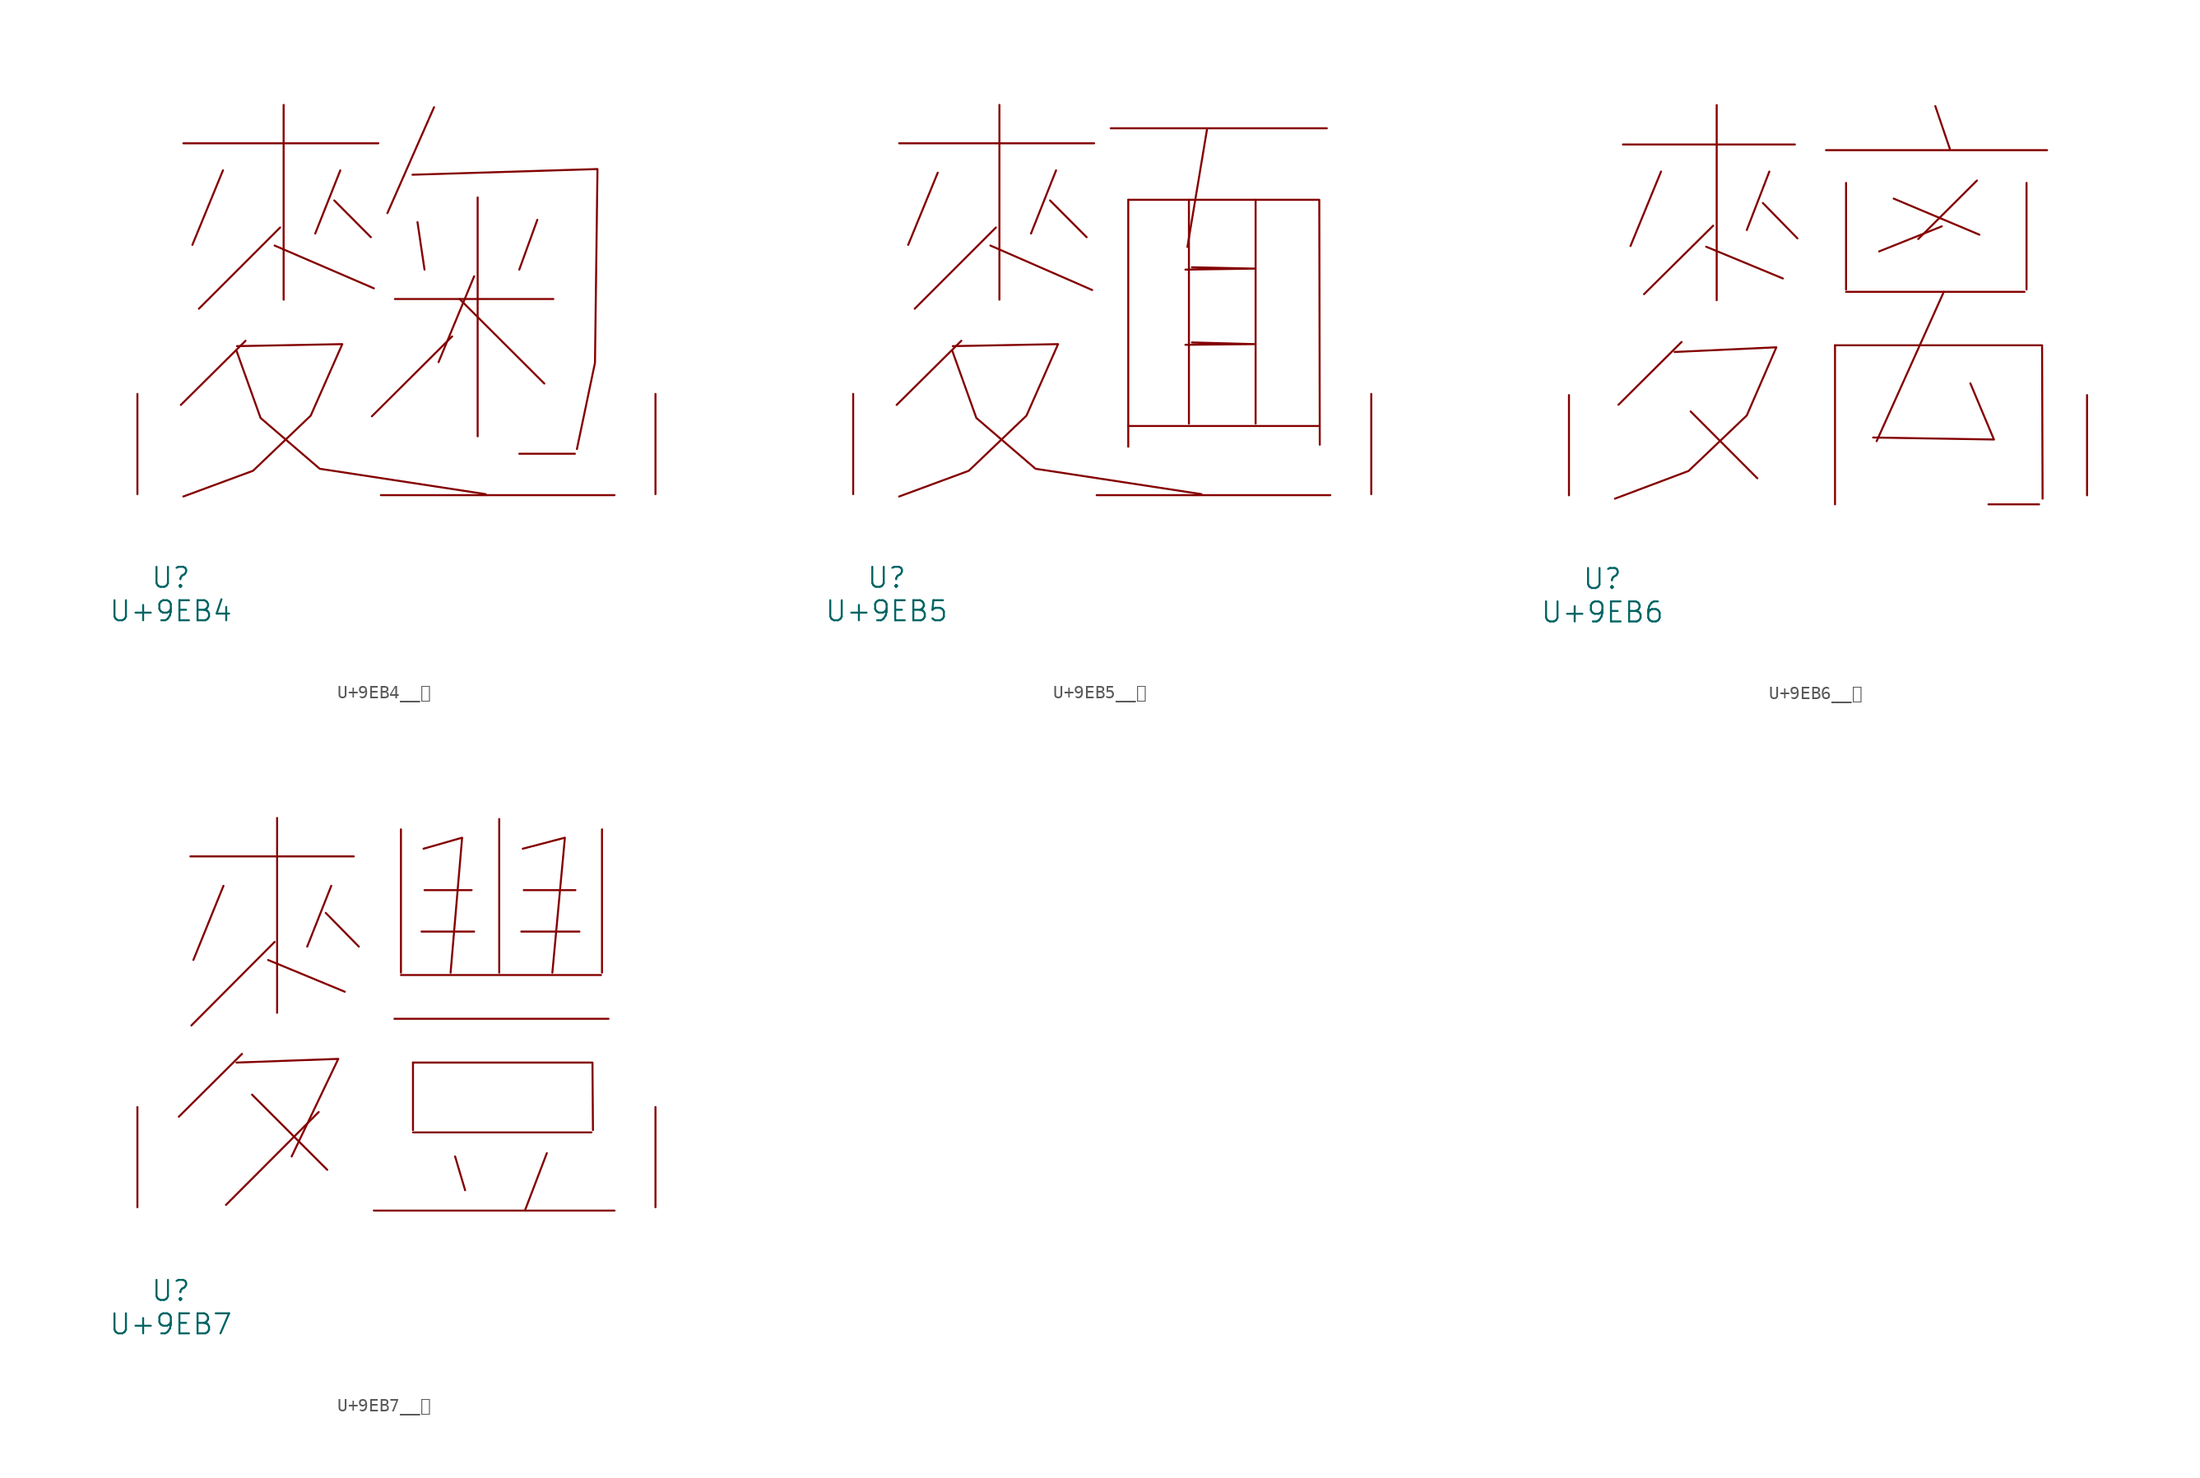
<source format=kicad_sym>
(kicad_symbol_lib
  (version 20231120)
  (generator "kicad_symbol_editor")
  (generator_version "8.0")
  (symbol "U+9EB4__麴"
    (pin_names
      (offset 1.016))
    (property "Reference" "U"
      (at 0 -6.35 0)
      (effects (font (size 1.524 1.524))))
    (property "Value" "U+9EB4"
      (at 0 -8.89 0)
      (effects (font (size 1.524 1.524))))
    (symbol "U+9EB4__麴_0_1"
      (polyline (pts (xy 0.953 26.67) (xy 15.773 26.67)) (stroke (width 0) (type solid)) (fill (type none)))
      (polyline (pts (xy 3.962 24.613) (xy 1.638 18.948)) (stroke (width 0) (type solid)) (fill (type none)))
      (polyline (pts (xy 5.677 11.659) (xy 0.762 6.782)) (stroke (width 0) (type solid)) (fill (type none)))
      (polyline (pts (xy 7.887 18.898) (xy 15.431 15.646)) (stroke (width 0) (type solid)) (fill (type none)))
      (polyline (pts (xy 8.306 20.269) (xy 2.134 14.097)) (stroke (width 0) (type solid)) (fill (type none)))
      (polyline (pts (xy 8.572 29.591) (xy 8.572 14.783)) (stroke (width 0) (type solid)) (fill (type none)))
      (polyline (pts (xy 12.421 22.327) (xy 15.202 19.533)) (stroke (width 0) (type solid)) (fill (type none)))
      (polyline (pts (xy 12.878 24.613) (xy 10.973 19.812)) (stroke (width 0) (type solid)) (fill (type none)))
      (polyline (pts (xy 15.964 -0.076) (xy 33.718 -0.076)) (stroke (width 0) (type solid)) (fill (type none)))
      (polyline (pts (xy 17.031 14.834) (xy 29.07 14.834)) (stroke (width 0) (type solid)) (fill (type none)))
      (polyline (pts (xy 18.745 20.676) (xy 19.279 17.069)) (stroke (width 0) (type solid)) (fill (type none)))
      (polyline (pts (xy 20.003 29.413) (xy 16.459 21.361)) (stroke (width 0) (type solid)) (fill (type none)))
      (polyline (pts (xy 21.374 11.989) (xy 15.278 5.918)) (stroke (width 0) (type solid)) (fill (type none)))
      (polyline (pts (xy 21.946 14.834) (xy 28.384 8.407)) (stroke (width 0) (type solid)) (fill (type none)))
      (polyline (pts (xy 23.05 16.561) (xy 20.345 10.033)) (stroke (width 0) (type solid)) (fill (type none)))
      (polyline (pts (xy 23.317 22.555) (xy 23.317 4.394)) (stroke (width 0) (type solid)) (fill (type none)))
      (polyline (pts (xy 26.48 3.073) (xy 30.709 3.073)) (stroke (width 0) (type solid)) (fill (type none)))
      (polyline (pts (xy 27.851 20.853) (xy 26.48 17.069)) (stroke (width 0) (type solid)) (fill (type none)))
      (polyline (pts (xy 4.991 10.897) (xy 6.82 5.791) (xy 11.316 1.93) (xy 23.927 0)) (stroke (width 0) (type solid)) (fill (type none)))
      (polyline (pts (xy 18.364 24.282) (xy 32.423 24.714) (xy 32.233 9.982) (xy 30.861 3.429)) (stroke (width 0) (type solid)) (fill (type none)))
      (polyline (pts (xy 5.029 11.252) (xy 13.03 11.405) (xy 10.63 5.969) (xy 6.248 1.778) (xy 0.953 -0.178)) (stroke (width 0) (type solid)) (fill (type none)))
      (pin input line (at -2.54 0 90) (length 7.62) (name "~" (effects (font (size 1.27 1.27)))) (number "~" (effects (font (size 1.27 1.27)))))
      (pin input line (at 36.83 0 90) (length 7.62) (name "~" (effects (font (size 1.27 1.27)))) (number "~" (effects (font (size 1.27 1.27)))))))
  (symbol "U+9EB5__麵"
    (pin_names
      (offset 1.016))
    (property "Reference" "U"
      (at 0 -6.35 0)
      (effects (font (size 1.524 1.524))))
    (property "Value" "U+9EB5"
      (at 0 -8.89 0)
      (effects (font (size 1.524 1.524))))
    (symbol "U+9EB5__麵_0_1"
      (polyline (pts (xy 0.953 26.67) (xy 15.773 26.67)) (stroke (width 0) (type solid)) (fill (type none)))
      (polyline (pts (xy 3.886 24.435) (xy 1.638 18.948)) (stroke (width 0) (type solid)) (fill (type none)))
      (polyline (pts (xy 5.677 11.659) (xy 0.762 6.782)) (stroke (width 0) (type solid)) (fill (type none)))
      (polyline (pts (xy 7.887 18.898) (xy 15.621 15.519)) (stroke (width 0) (type solid)) (fill (type none)))
      (polyline (pts (xy 8.306 20.269) (xy 2.134 14.097)) (stroke (width 0) (type solid)) (fill (type none)))
      (polyline (pts (xy 8.572 29.591) (xy 8.572 14.783)) (stroke (width 0) (type solid)) (fill (type none)))
      (polyline (pts (xy 12.421 22.327) (xy 15.202 19.533)) (stroke (width 0) (type solid)) (fill (type none)))
      (polyline (pts (xy 12.878 24.613) (xy 10.973 19.812)) (stroke (width 0) (type solid)) (fill (type none)))
      (polyline (pts (xy 15.964 -0.076) (xy 33.718 -0.076)) (stroke (width 0) (type solid)) (fill (type none)))
      (polyline (pts (xy 17.031 27.813) (xy 33.452 27.813)) (stroke (width 0) (type solid)) (fill (type none)))
      (polyline (pts (xy 18.364 5.182) (xy 32.842 5.182)) (stroke (width 0) (type solid)) (fill (type none)))
      (polyline (pts (xy 18.364 22.377) (xy 18.364 3.607)) (stroke (width 0) (type solid)) (fill (type none)))
      (polyline (pts (xy 22.974 22.377) (xy 22.974 5.359)) (stroke (width 0) (type solid)) (fill (type none)))
      (polyline (pts (xy 24.346 27.711) (xy 22.86 18.796)) (stroke (width 0) (type solid)) (fill (type none)))
      (polyline (pts (xy 28.042 22.377) (xy 28.042 5.359)) (stroke (width 0) (type solid)) (fill (type none)))
      (polyline (pts (xy 18.364 22.377) (xy 32.88 22.377) (xy 32.918 3.759)) (stroke (width 0) (type solid)) (fill (type none)))
      (polyline (pts (xy 23.203 11.532) (xy 27.965 11.405) (xy 22.708 11.354)) (stroke (width 0) (type solid)) (fill (type none)))
      (polyline (pts (xy 23.203 17.247) (xy 27.965 17.145) (xy 22.708 17.069)) (stroke (width 0) (type solid)) (fill (type none)))
      (polyline (pts (xy 4.991 10.897) (xy 6.82 5.791) (xy 11.316 1.93) (xy 23.927 0)) (stroke (width 0) (type solid)) (fill (type none)))
      (polyline (pts (xy 5.029 11.252) (xy 13.03 11.405) (xy 10.63 5.969) (xy 6.248 1.778) (xy 0.953 -0.178)) (stroke (width 0) (type solid)) (fill (type none)))
      (pin input line (at -2.54 0 90) (length 7.62) (name "~" (effects (font (size 1.27 1.27)))) (number "~" (effects (font (size 1.27 1.27)))))
      (pin input line (at 36.83 0 90) (length 7.62) (name "~" (effects (font (size 1.27 1.27)))) (number "~" (effects (font (size 1.27 1.27)))))))
  (symbol "U+9EB6__麶"
    (pin_names
      (offset 1.016))
    (property "Reference" "U"
      (at 0 -6.35 0)
      (effects (font (size 1.524 1.524))))
    (property "Value" "U+9EB6"
      (at 0 -8.89 0)
      (effects (font (size 1.524 1.524))))
    (symbol "U+9EB6__麶_0_1"
      (polyline (pts (xy 1.562 26.67) (xy 14.63 26.67)) (stroke (width 0) (type solid)) (fill (type none)))
      (polyline (pts (xy 4.458 24.613) (xy 2.134 18.948)) (stroke (width 0) (type solid)) (fill (type none)))
      (polyline (pts (xy 6.02 11.659) (xy 1.219 6.883)) (stroke (width 0) (type solid)) (fill (type none)))
      (polyline (pts (xy 6.706 6.375) (xy 11.773 1.295)) (stroke (width 0) (type solid)) (fill (type none)))
      (polyline (pts (xy 7.887 18.898) (xy 13.716 16.485)) (stroke (width 0) (type solid)) (fill (type none)))
      (polyline (pts (xy 8.42 20.498) (xy 3.162 15.291)) (stroke (width 0) (type solid)) (fill (type none)))
      (polyline (pts (xy 8.687 29.667) (xy 8.687 14.834)) (stroke (width 0) (type solid)) (fill (type none)))
      (polyline (pts (xy 12.192 22.225) (xy 14.821 19.533)) (stroke (width 0) (type solid)) (fill (type none)))
      (polyline (pts (xy 12.687 24.613) (xy 10.973 20.168)) (stroke (width 0) (type solid)) (fill (type none)))
      (polyline (pts (xy 16.993 26.238) (xy 33.795 26.238)) (stroke (width 0) (type solid)) (fill (type none)))
      (polyline (pts (xy 17.678 11.405) (xy 17.678 -0.686)) (stroke (width 0) (type solid)) (fill (type none)))
      (polyline (pts (xy 18.517 15.469) (xy 32.08 15.469)) (stroke (width 0) (type solid)) (fill (type none)))
      (polyline (pts (xy 18.517 23.749) (xy 18.517 15.646)) (stroke (width 0) (type solid)) (fill (type none)))
      (polyline (pts (xy 22.136 22.555) (xy 28.651 19.812)) (stroke (width 0) (type solid)) (fill (type none)))
      (polyline (pts (xy 25.298 29.591) (xy 26.403 26.34)) (stroke (width 0) (type solid)) (fill (type none)))
      (polyline (pts (xy 25.794 20.447) (xy 21.031 18.542)) (stroke (width 0) (type solid)) (fill (type none)))
      (polyline (pts (xy 25.946 15.469) (xy 20.841 4.115)) (stroke (width 0) (type solid)) (fill (type none)))
      (polyline (pts (xy 28.461 23.927) (xy 24.003 19.482)) (stroke (width 0) (type solid)) (fill (type none)))
      (polyline (pts (xy 29.337 -0.686) (xy 33.185 -0.686)) (stroke (width 0) (type solid)) (fill (type none)))
      (polyline (pts (xy 32.233 23.749) (xy 32.233 15.646)) (stroke (width 0) (type solid)) (fill (type none)))
      (polyline (pts (xy 17.678 11.405) (xy 33.414 11.405) (xy 33.452 -0.254)) (stroke (width 0) (type solid)) (fill (type none)))
      (polyline (pts (xy 27.965 8.509) (xy 29.756 4.242) (xy 20.574 4.394)) (stroke (width 0) (type solid)) (fill (type none)))
      (polyline (pts (xy 5.486 10.897) (xy 13.221 11.252) (xy 10.973 6.071) (xy 6.553 1.854) (xy 0.953 -0.254)) (stroke (width 0) (type solid)) (fill (type none)))
      (pin input line (at -2.54 0 90) (length 7.62) (name "~" (effects (font (size 1.27 1.27)))) (number "~" (effects (font (size 1.27 1.27)))))
      (pin input line (at 36.83 0 90) (length 7.62) (name "~" (effects (font (size 1.27 1.27)))) (number "~" (effects (font (size 1.27 1.27)))))))
  (symbol "U+9EB7__麷"
    (pin_names
      (offset 1.016))
    (property "Reference" "U"
      (at 0 -6.35 0)
      (effects (font (size 1.524 1.524))))
    (property "Value" "U+9EB7"
      (at 0 -8.89 0)
      (effects (font (size 1.524 1.524))))
    (symbol "U+9EB7__麷_0_1"
      (polyline (pts (xy 1.486 26.67) (xy 13.906 26.67)) (stroke (width 0) (type solid)) (fill (type none)))
      (polyline (pts (xy 4 24.435) (xy 1.714 18.796)) (stroke (width 0) (type solid)) (fill (type none)))
      (polyline (pts (xy 5.41 11.659) (xy 0.61 6.883)) (stroke (width 0) (type solid)) (fill (type none)))
      (polyline (pts (xy 6.172 8.56) (xy 11.887 2.845)) (stroke (width 0) (type solid)) (fill (type none)))
      (polyline (pts (xy 7.391 18.796) (xy 13.221 16.383)) (stroke (width 0) (type solid)) (fill (type none)))
      (polyline (pts (xy 7.887 20.168) (xy 1.562 13.818)) (stroke (width 0) (type solid)) (fill (type none)))
      (polyline (pts (xy 8.077 29.591) (xy 8.077 14.783)) (stroke (width 0) (type solid)) (fill (type none)))
      (polyline (pts (xy 11.239 7.239) (xy 4.191 0.178)) (stroke (width 0) (type solid)) (fill (type none)))
      (polyline (pts (xy 11.773 22.377) (xy 14.287 19.812)) (stroke (width 0) (type solid)) (fill (type none)))
      (polyline (pts (xy 12.192 24.435) (xy 10.363 19.812)) (stroke (width 0) (type solid)) (fill (type none)))
      (polyline (pts (xy 15.431 -0.254) (xy 33.718 -0.254)) (stroke (width 0) (type solid)) (fill (type none)))
      (polyline (pts (xy 16.993 14.326) (xy 33.261 14.326)) (stroke (width 0) (type solid)) (fill (type none)))
      (polyline (pts (xy 17.488 17.653) (xy 32.69 17.653)) (stroke (width 0) (type solid)) (fill (type none)))
      (polyline (pts (xy 17.488 28.727) (xy 17.488 17.831)) (stroke (width 0) (type solid)) (fill (type none)))
      (polyline (pts (xy 18.402 5.69) (xy 31.966 5.69)) (stroke (width 0) (type solid)) (fill (type none)))
      (polyline (pts (xy 18.402 10.998) (xy 18.402 5.867)) (stroke (width 0) (type solid)) (fill (type none)))
      (polyline (pts (xy 19.05 20.955) (xy 23.05 20.955)) (stroke (width 0) (type solid)) (fill (type none)))
      (polyline (pts (xy 19.279 24.105) (xy 22.86 24.105)) (stroke (width 0) (type solid)) (fill (type none)))
      (polyline (pts (xy 21.603 3.861) (xy 22.365 1.295)) (stroke (width 0) (type solid)) (fill (type none)))
      (polyline (pts (xy 24.956 29.515) (xy 24.956 17.831)) (stroke (width 0) (type solid)) (fill (type none)))
      (polyline (pts (xy 26.632 20.955) (xy 31.052 20.955)) (stroke (width 0) (type solid)) (fill (type none)))
      (polyline (pts (xy 26.822 24.105) (xy 30.747 24.105)) (stroke (width 0) (type solid)) (fill (type none)))
      (polyline (pts (xy 28.575 4.115) (xy 26.937 -0.178)) (stroke (width 0) (type solid)) (fill (type none)))
      (polyline (pts (xy 32.766 28.727) (xy 32.766 17.831)) (stroke (width 0) (type solid)) (fill (type none)))
      (polyline (pts (xy 4.991 10.998) (xy 12.725 11.278) (xy 9.182 3.861)) (stroke (width 0) (type solid)) (fill (type none)))
      (polyline (pts (xy 18.402 10.998) (xy 32.042 10.998) (xy 32.08 5.867)) (stroke (width 0) (type solid)) (fill (type none)))
      (polyline (pts (xy 19.202 27.254) (xy 22.136 28.092) (xy 21.26 17.831)) (stroke (width 0) (type solid)) (fill (type none)))
      (polyline (pts (xy 26.746 27.254) (xy 29.947 28.092) (xy 28.994 17.831)) (stroke (width 0) (type solid)) (fill (type none)))
      (pin input line (at -2.54 0 90) (length 7.62) (name "~" (effects (font (size 1.27 1.27)))) (number "~" (effects (font (size 1.27 1.27)))))
      (pin input line (at 36.83 0 90) (length 7.62) (name "~" (effects (font (size 1.27 1.27)))) (number "~" (effects (font (size 1.27 1.27))))))))
</source>
